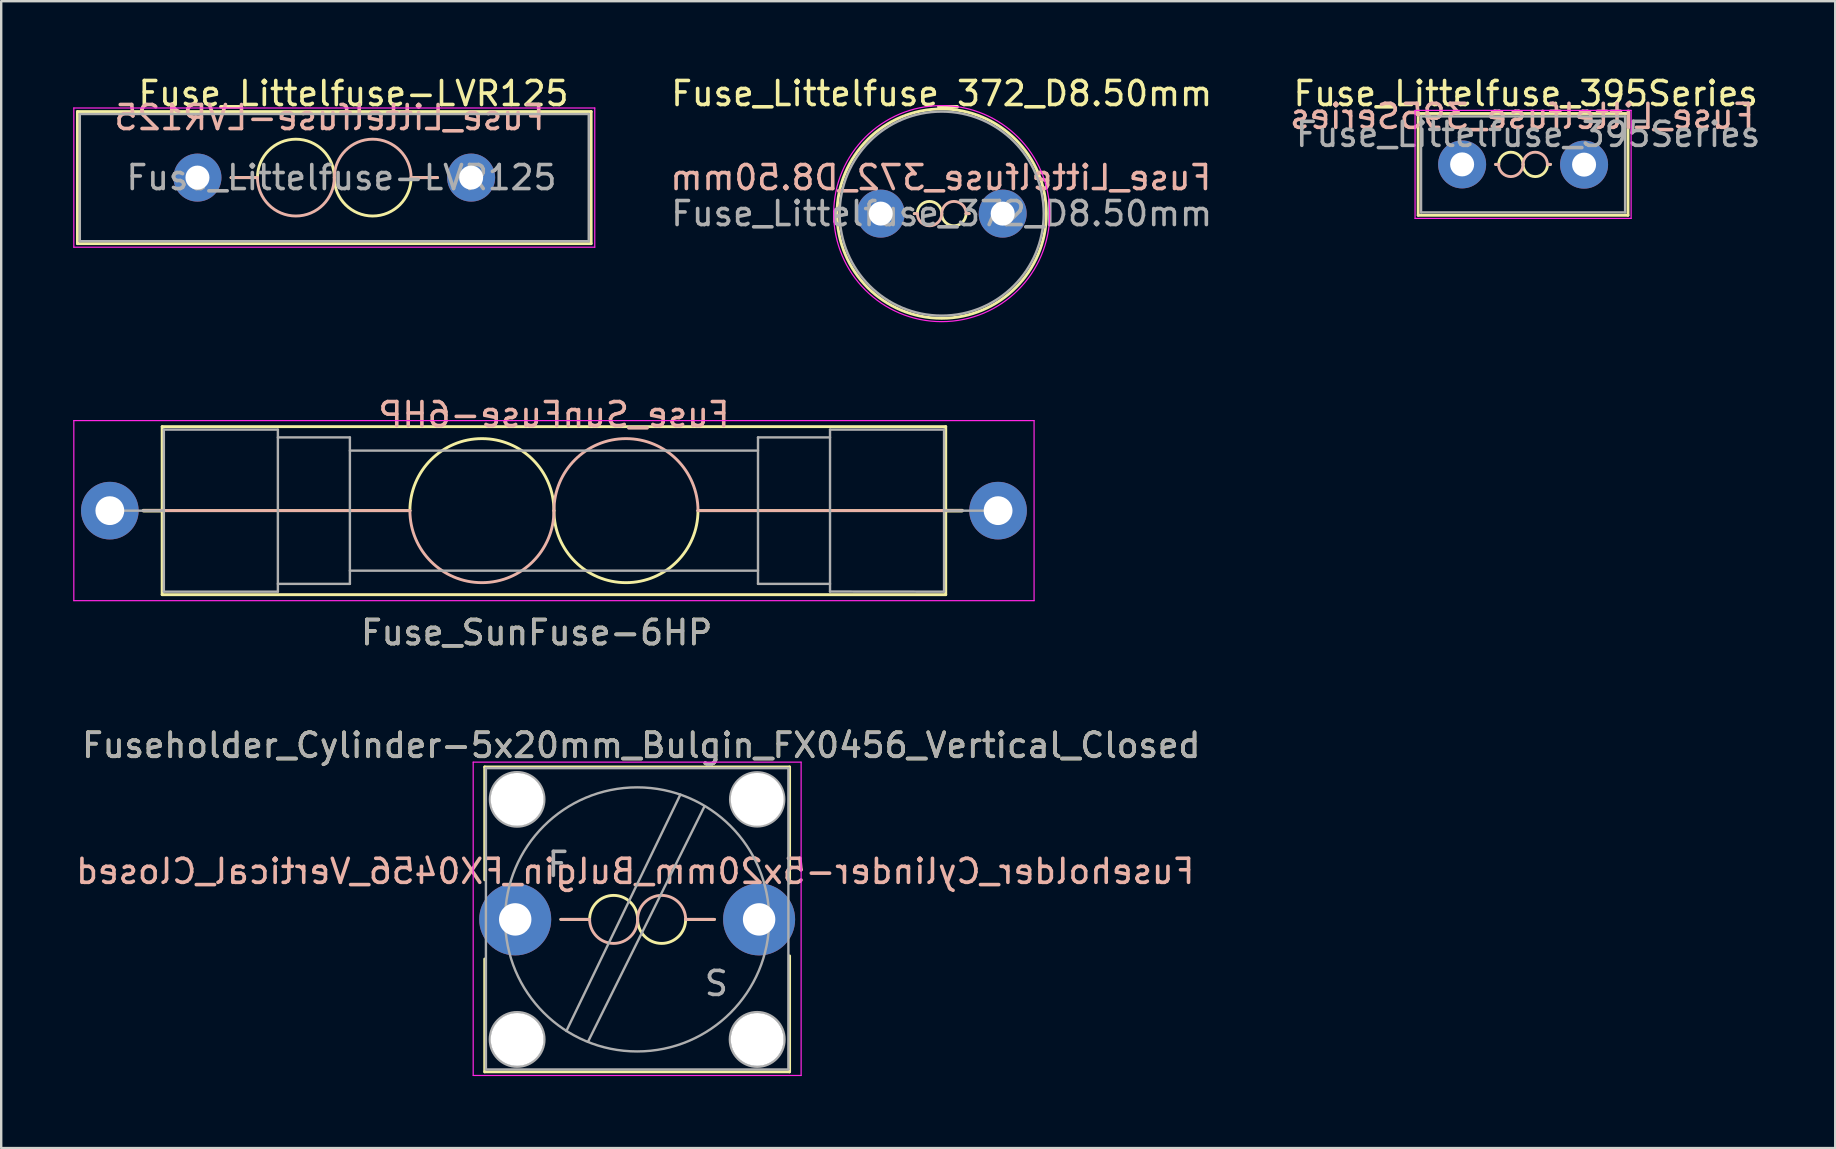
<source format=kicad_pcb>
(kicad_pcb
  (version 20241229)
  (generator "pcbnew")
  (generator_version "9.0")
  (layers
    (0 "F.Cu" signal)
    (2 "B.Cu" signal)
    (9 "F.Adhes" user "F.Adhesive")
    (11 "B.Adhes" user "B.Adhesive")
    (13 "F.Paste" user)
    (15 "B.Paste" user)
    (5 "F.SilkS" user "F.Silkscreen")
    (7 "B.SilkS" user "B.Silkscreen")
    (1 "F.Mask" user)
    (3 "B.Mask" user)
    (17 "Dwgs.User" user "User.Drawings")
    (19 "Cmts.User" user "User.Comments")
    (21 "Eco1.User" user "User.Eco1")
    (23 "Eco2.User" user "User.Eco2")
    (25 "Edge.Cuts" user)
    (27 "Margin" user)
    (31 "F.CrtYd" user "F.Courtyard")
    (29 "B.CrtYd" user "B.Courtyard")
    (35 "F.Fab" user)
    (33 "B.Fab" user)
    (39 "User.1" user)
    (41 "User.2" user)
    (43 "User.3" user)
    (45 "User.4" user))
  (footprint "Fuseholder_Cylinder-5x20mm_Bulgin_FX0456_Vertical_Closed"
    (layer "F.Cu")
    (at 18.411 35.248)
    (property "Reference" "Fuseholder_Cylinder-5x20mm_Bulgin_FX0456_Vertical_Closed" (at 5.25 -7.25 0) (layer "F.SilkS") (effects (font (size 1 1) (thickness 0.15))))
    (fp_line (start -1.27 -6.35) (end -1.27 -1.65) (stroke (width 0.12) (type solid)) (layer "F.SilkS"))
    (fp_line (start -1.27 6.35) (end -1.27 1.65) (stroke (width 0.12) (type solid)) (layer "F.SilkS"))
    (fp_line (start -1.27 6.35) (end 11.43 6.35) (stroke (width 0.12) (type solid)) (layer "F.SilkS"))
    (fp_line (start 3.1 0) (end 1.9 0) (stroke (width 0.12) (type solid)) (layer "F.SilkS"))
    (fp_line (start 8.3 0) (end 7.1 0) (stroke (width 0.12) (type solid)) (layer "F.SilkS"))
    (fp_line (start 11.43 -6.35) (end -1.27 -6.35) (stroke (width 0.12) (type solid)) (layer "F.SilkS"))
    (fp_line (start 11.43 -6.35) (end 11.43 -1.52) (stroke (width 0.12) (type solid)) (layer "F.SilkS"))
    (fp_line (start 11.43 -1.52) (end 11.43 -1.65) (stroke (width 0.12) (type solid)) (layer "F.SilkS"))
    (fp_line (start 11.43 6.35) (end 11.43 1.52) (stroke (width 0.12) (type solid)) (layer "F.SilkS"))
    (fp_arc (start 3.1 0) (mid 4.1 -1) (end 5.1 0) (stroke (width 0.12) (type solid)) (layer "F.SilkS"))
    (fp_arc (start 7.1 0) (mid 6.1 1) (end 5.1 0) (stroke (width 0.12) (type solid)) (layer "F.SilkS"))
    (fp_line (start 3.1 0) (end 1.9 0) (stroke (width 0.12) (type solid)) (layer "B.SilkS"))
    (fp_line (start 8.3 0) (end 7.1 0) (stroke (width 0.12) (type solid)) (layer "B.SilkS"))
    (fp_arc (start 5.1 0) (mid 4.1 1) (end 3.1 0) (stroke (width 0.12) (type solid)) (layer "B.SilkS"))
    (fp_arc (start 5.1 0) (mid 6.1 -1) (end 7.1 0) (stroke (width 0.12) (type solid)) (layer "B.SilkS"))
    (fp_line (start -1.75 -6.55) (end -1.75 6.5) (stroke (width 0.05) (type solid)) (layer "F.CrtYd"))
    (fp_line (start -1.75 -6.55) (end 11.91 -6.55) (stroke (width 0.05) (type solid)) (layer "F.CrtYd"))
    (fp_line (start 11.91 6.5) (end -1.75 6.5) (stroke (width 0.05) (type solid)) (layer "F.CrtYd"))
    (fp_line (start 11.91 6.5) (end 11.91 -6.55) (stroke (width 0.05) (type solid)) (layer "F.CrtYd"))
    (fp_line (start -1.22 -6.3) (end -1.22 6.25) (stroke (width 0.1) (type solid)) (layer "F.Fab"))
    (fp_line (start -1.22 6.25) (end 11.38 6.25) (stroke (width 0.1) (type solid)) (layer "F.Fab"))
    (fp_line (start 3.03 5.1) (end 7.88 -4.7) (stroke (width 0.1) (type solid)) (layer "F.Fab"))
    (fp_line (start 6.88 -5.2) (end 2.13 4.65) (stroke (width 0.1) (type solid)) (layer "F.Fab"))
    (fp_line (start 11.38 -6.3) (end -1.22 -6.3) (stroke (width 0.1) (type solid)) (layer "F.Fab"))
    (fp_line (start 11.38 6.25) (end 11.38 -6.3) (stroke (width 0.1) (type solid)) (layer "F.Fab"))
    (fp_circle (center 0.08 -5) (end 0.48 -3.94) (stroke (width 0.1) (type solid)) (fill no) (layer "F.Fab"))
    (fp_circle (center 0.08 5) (end 0.58 6.02) (stroke (width 0.1) (type solid)) (fill no) (layer "F.Fab"))
    (fp_circle (center 5.08 0) (end 5.13 5.5) (stroke (width 0.1) (type solid)) (fill no) (layer "F.Fab"))
    (fp_circle (center 10.08 -5) (end 10.46 -3.94) (stroke (width 0.1) (type solid)) (fill no) (layer "F.Fab"))
    (fp_circle (center 10.08 5) (end 10.64 5.99) (stroke (width 0.1) (type solid)) (fill no) (layer "F.Fab"))
    (fp_text user "${REFERENCE}" (at 5 -2 0) (layer "B.SilkS") (effects (font (size 1 1) (thickness 0.15)) (justify mirror)))
    (fp_text user "${REFERENCE}" (at 5.25 -7.25 0) (layer "F.Fab") (effects (font (size 1 1) (thickness 0.15))))
    (fp_text user "F" (at 1.78 -2.29 0) (layer "F.Fab") (effects (font (size 1 1) (thickness 0.15))))
    (fp_text user "S" (at 8.38 2.67 0) (layer "F.Fab") (effects (font (size 1 1) (thickness 0.15))))
    (pad "" np_thru_hole circle (at 0.08 -5) (size 2.2 2.2) (drill 2.2) (layers "*.Cu" "*.Mask"))
    (pad "" np_thru_hole circle (at 0.08 5) (size 2.2 2.2) (drill 2.2) (layers "*.Cu" "*.Mask"))
    (pad "" np_thru_hole circle (at 10.08 -5) (size 2.2 2.2) (drill 2.2) (layers "*.Cu" "*.Mask"))
    (pad "" np_thru_hole circle (at 10.08 5) (size 2.2 2.2) (drill 2.2) (layers "*.Cu" "*.Mask"))
    (pad "1" thru_hole circle (at 0 0) (size 3 3) (drill 1.35) (layers "*.Cu" "*.Mask"))
    (pad "2" thru_hole circle (at 10.16 0) (size 3 3) (drill 1.35) (layers "*.Cu" "*.Mask")))
  (footprint "Fuse_SunFuse-6HP"
    (layer "F.Cu")
    (at 1.525 18.221)
    (property "Reference" "Fuse_SunFuse-6HP" (at 17.78 5.08 0) (layer "F.SilkS") (effects (font (size 1 1) (thickness 0.15))))
    (fp_line (start 1.4 0) (end 2.18 0) (stroke (width 0.15) (type solid)) (layer "F.SilkS"))
    (fp_line (start 2.18 -3.5) (end 2.18 3.5) (stroke (width 0.12) (type solid)) (layer "F.SilkS"))
    (fp_line (start 2.18 -3.5) (end 34.82 -3.5) (stroke (width 0.12) (type solid)) (layer "F.SilkS"))
    (fp_line (start 2.18 3.5) (end 34.82 3.5) (stroke (width 0.12) (type solid)) (layer "F.SilkS"))
    (fp_line (start 12.5 0) (end 2.18 0) (stroke (width 0.12) (type solid)) (layer "F.SilkS"))
    (fp_line (start 24.5 0) (end 34.82 0) (stroke (width 0.12) (type solid)) (layer "F.SilkS"))
    (fp_line (start 34.82 0) (end 35.5 0) (stroke (width 0.15) (type solid)) (layer "F.SilkS"))
    (fp_line (start 34.82 3.5) (end 34.82 -3.5) (stroke (width 0.12) (type solid)) (layer "F.SilkS"))
    (fp_arc (start 12.5 0) (mid 15.5 -3) (end 18.5 0) (stroke (width 0.12) (type solid)) (layer "F.SilkS"))
    (fp_arc (start 24.5 0) (mid 21.5 3) (end 18.5 0) (stroke (width 0.12) (type solid)) (layer "F.SilkS"))
    (fp_line (start 12.5 0) (end 1.4 0) (stroke (width 0.12) (type solid)) (layer "B.SilkS"))
    (fp_line (start 24.5 0) (end 35.5 0) (stroke (width 0.12) (type solid)) (layer "B.SilkS"))
    (fp_arc (start 18.5 0) (mid 15.5 3) (end 12.5 0) (stroke (width 0.12) (type solid)) (layer "B.SilkS"))
    (fp_arc (start 18.5 0) (mid 21.5 -3) (end 24.5 0) (stroke (width 0.12) (type solid)) (layer "B.SilkS"))
    (fp_line (start -1.5 -3.75) (end -1.5 3.75) (stroke (width 0.05) (type solid)) (layer "F.CrtYd"))
    (fp_line (start -1.5 -3.75) (end 38.5 -3.75) (stroke (width 0.05) (type solid)) (layer "F.CrtYd"))
    (fp_line (start -1.5 3.75) (end 38.5 3.75) (stroke (width 0.05) (type solid)) (layer "F.CrtYd"))
    (fp_line (start 38.5 3.75) (end 38.5 -3.75) (stroke (width 0.05) (type solid)) (layer "F.CrtYd"))
    (fp_line (start 0 0) (end 2.25 0) (stroke (width 0.1) (type solid)) (layer "F.Fab"))
    (fp_line (start 2.25 -3.375) (end 2.25 3.375) (stroke (width 0.1) (type solid)) (layer "F.Fab"))
    (fp_line (start 2.25 -3.375) (end 7 -3.375) (stroke (width 0.1) (type solid)) (layer "F.Fab"))
    (fp_line (start 2.25 3.375) (end 7 3.375) (stroke (width 0.1) (type solid)) (layer "F.Fab"))
    (fp_line (start 7 -3.375) (end 7 3.375) (stroke (width 0.1) (type solid)) (layer "F.Fab"))
    (fp_line (start 7 -3.05) (end 10 -3.05) (stroke (width 0.1) (type solid)) (layer "F.Fab"))
    (fp_line (start 7 3.05) (end 10 3.05) (stroke (width 0.1) (type solid)) (layer "F.Fab"))
    (fp_line (start 10 -2.5) (end 27 -2.5) (stroke (width 0.1) (type solid)) (layer "F.Fab"))
    (fp_line (start 10 2.5) (end 27 2.5) (stroke (width 0.1) (type solid)) (layer "F.Fab"))
    (fp_line (start 10 3.05) (end 10 -3.05) (stroke (width 0.1) (type solid)) (layer "F.Fab"))
    (fp_line (start 27 -3.05) (end 30 -3.05) (stroke (width 0.1) (type solid)) (layer "F.Fab"))
    (fp_line (start 27 3.05) (end 27 -3.05) (stroke (width 0.1) (type solid)) (layer "F.Fab"))
    (fp_line (start 27 3.05) (end 30 3.05) (stroke (width 0.1) (type solid)) (layer "F.Fab"))
    (fp_line (start 30 -3.375) (end 30 3.375) (stroke (width 0.1) (type solid)) (layer "F.Fab"))
    (fp_line (start 30 -3.375) (end 34.75 -3.375) (stroke (width 0.1) (type solid)) (layer "F.Fab"))
    (fp_line (start 30 3.37) (end 34.75 3.375) (stroke (width 0.1) (type solid)) (layer "F.Fab"))
    (fp_line (start 34.75 -3.375) (end 34.75 3.375) (stroke (width 0.1) (type solid)) (layer "F.Fab"))
    (fp_line (start 34.75 0) (end 37 0) (stroke (width 0.1) (type solid)) (layer "F.Fab"))
    (fp_text user "${REFERENCE}" (at 18.5 -4 0) (layer "B.SilkS") (effects (font (size 1 1) (thickness 0.15)) (justify mirror)))
    (fp_text user "${REFERENCE}" (at 17.78 5.08 0) (layer "F.Fab") (effects (font (size 1 1) (thickness 0.15))))
    (pad "1" thru_hole circle (at 0 0) (size 2.4 2.4) (drill 1.2) (layers "*.Cu" "*.Mask"))
    (pad "2" thru_hole circle (at 37 0) (size 2.4 2.4) (drill 1.2) (layers "*.Cu" "*.Mask")))
  (footprint "Fuse_Littelfuse_395Series"
    (layer "F.Cu")
    (at 57.855 3.798)
    (property "Reference" "Fuse_Littelfuse_395Series" (at 2.65 -2.95 0) (layer "F.SilkS") (effects (font (size 1 1) (thickness 0.15))))
    (fp_line (start -1.83 -2.12) (end -1.83 2.12) (stroke (width 0.12) (type solid)) (layer "F.SilkS"))
    (fp_line (start -1.83 -2.12) (end 6.91 -2.12) (stroke (width 0.12) (type solid)) (layer "F.SilkS"))
    (fp_line (start 1.524 0) (end 1.397 0) (stroke (width 0.12) (type solid)) (layer "F.SilkS"))
    (fp_line (start 3.556 0) (end 3.683 0) (stroke (width 0.12) (type solid)) (layer "F.SilkS"))
    (fp_line (start 6.91 2.12) (end -1.83 2.12) (stroke (width 0.12) (type solid)) (layer "F.SilkS"))
    (fp_line (start 6.91 2.12) (end 6.91 -2.12) (stroke (width 0.12) (type solid)) (layer "F.SilkS"))
    (fp_arc (start 1.524 0) (mid 2.032 -0.508) (end 2.54 0) (stroke (width 0.12) (type solid)) (layer "F.SilkS"))
    (fp_arc (start 3.556 0) (mid 3.048 0.508) (end 2.54 0) (stroke (width 0.12) (type solid)) (layer "F.SilkS"))
    (fp_line (start 1.52 0) (end 1.393 0) (stroke (width 0.12) (type solid)) (layer "B.SilkS"))
    (fp_line (start 3.552 0) (end 3.679 0) (stroke (width 0.12) (type solid)) (layer "B.SilkS"))
    (fp_arc (start 2.536 0) (mid 2.028 0.508) (end 1.52 0) (stroke (width 0.12) (type solid)) (layer "B.SilkS"))
    (fp_arc (start 2.536 0) (mid 3.044 -0.508) (end 3.552 0) (stroke (width 0.12) (type solid)) (layer "B.SilkS"))
    (fp_line (start -1.96 -2.25) (end -1.96 2.25) (stroke (width 0.05) (type solid)) (layer "F.CrtYd"))
    (fp_line (start -1.96 -2.25) (end 7.04 -2.25) (stroke (width 0.05) (type solid)) (layer "F.CrtYd"))
    (fp_line (start 7.04 2.25) (end -1.96 2.25) (stroke (width 0.05) (type solid)) (layer "F.CrtYd"))
    (fp_line (start 7.04 2.25) (end 7.04 -2.25) (stroke (width 0.05) (type solid)) (layer "F.CrtYd"))
    (fp_line (start -1.71 -2) (end -1.71 2) (stroke (width 0.1) (type solid)) (layer "F.Fab"))
    (fp_line (start -1.71 2) (end 6.79 2) (stroke (width 0.1) (type solid)) (layer "F.Fab"))
    (fp_line (start 6.79 -2) (end -1.71 -2) (stroke (width 0.1) (type solid)) (layer "F.Fab"))
    (fp_line (start 6.79 2) (end 6.79 -2) (stroke (width 0.1) (type solid)) (layer "F.Fab"))
    (fp_text user "${REFERENCE}" (at 2.5 -2 0) (layer "B.SilkS") (effects (font (size 1 1) (thickness 0.15)) (justify mirror)))
    (fp_text user "${REFERENCE}" (at 2.75 -1.25 0) (layer "F.Fab") (effects (font (size 1 1) (thickness 0.15))))
    (pad "1" thru_hole circle (at 0 0) (size 2 2) (drill 1) (layers "*.Cu" "*.Mask"))
    (pad "2" thru_hole circle (at 5.08 0.01) (size 2 2) (drill 1) (layers "*.Cu" "*.Mask")))
  (footprint "Fuse_Littelfuse_372_D8.50mm"
    (layer "F.Cu")
    (at 33.637 5.848)
    (property "Reference" "Fuse_Littelfuse_372_D8.50mm" (at 2.54 -5 0) (layer "F.SilkS") (effects (font (size 1 1) (thickness 0.15))))
    (fp_line (start 1.524 0) (end 1.397 0) (stroke (width 0.12) (type solid)) (layer "F.SilkS"))
    (fp_line (start 3.556 0) (end 3.683 0) (stroke (width 0.12) (type solid)) (layer "F.SilkS"))
    (fp_arc (start 1.524 0) (mid 2.032 -0.508) (end 2.54 0) (stroke (width 0.12) (type solid)) (layer "F.SilkS"))
    (fp_arc (start 3.556 0) (mid 3.048 0.508) (end 2.54 0) (stroke (width 0.12) (type solid)) (layer "F.SilkS"))
    (fp_circle (center 2.54 0) (end 6.9 0) (stroke (width 0.12) (type solid)) (fill no) (layer "F.SilkS"))
    (fp_line (start 1.527 0) (end 1.4 0) (stroke (width 0.12) (type solid)) (layer "B.SilkS"))
    (fp_line (start 3.559 0) (end 3.686 0) (stroke (width 0.12) (type solid)) (layer "B.SilkS"))
    (fp_arc (start 2.543 0) (mid 2.035 0.508) (end 1.527 0) (stroke (width 0.12) (type solid)) (layer "B.SilkS"))
    (fp_arc (start 2.543 0) (mid 3.051 -0.508) (end 3.559 0) (stroke (width 0.12) (type solid)) (layer "B.SilkS"))
    (fp_circle (center 2.54 0) (end 7.04 0) (stroke (width 0.05) (type solid)) (fill no) (layer "F.CrtYd"))
    (fp_circle (center 2.54 0) (end 6.79 0) (stroke (width 0.1) (type solid)) (fill no) (layer "F.Fab"))
    (fp_text user "${REFERENCE}" (at 2.5 -1.5 0) (layer "B.SilkS") (effects (font (size 1 1) (thickness 0.15)) (justify mirror)))
    (fp_text user "${REFERENCE}" (at 2.54 0 0) (layer "F.Fab") (effects (font (size 1 1) (thickness 0.15))))
    (pad "1" thru_hole circle (at 0 0) (size 2 2) (drill 1) (layers "*.Cu" "*.Mask"))
    (pad "2" thru_hole circle (at 5.08 0) (size 2 2) (drill 1) (layers "*.Cu" "*.Mask")))
  (footprint "Fuse_Littelfuse-LVR125"
    (layer "F.Cu")
    (at 5.175 4.348)
    (property "Reference" "Fuse_Littelfuse-LVR125" (at 6.5 -3.5 0) (layer "F.SilkS") (effects (font (size 1 1) (thickness 0.15))))
    (fp_line (start -5 -2.75) (end -5 2.75) (stroke (width 0.12) (type solid)) (layer "F.SilkS"))
    (fp_line (start -5 -2.75) (end 16.4 -2.75) (stroke (width 0.12) (type solid)) (layer "F.SilkS"))
    (fp_line (start 1.4 0) (end 2.5 0) (stroke (width 0.12) (type solid)) (layer "F.SilkS"))
    (fp_line (start 8.9 0) (end 10 0) (stroke (width 0.12) (type solid)) (layer "F.SilkS"))
    (fp_line (start 16.4 2.75) (end -5 2.75) (stroke (width 0.12) (type solid)) (layer "F.SilkS"))
    (fp_line (start 16.4 2.75) (end 16.4 -2.75) (stroke (width 0.12) (type solid)) (layer "F.SilkS"))
    (fp_arc (start 2.5 0) (mid 4.1 -1.6) (end 5.7 0) (stroke (width 0.12) (type solid)) (layer "F.SilkS"))
    (fp_arc (start 8.9 0) (mid 7.3 1.6) (end 5.7 0) (stroke (width 0.12) (type solid)) (layer "F.SilkS"))
    (fp_line (start 1.4 0) (end 2.5 0) (stroke (width 0.12) (type solid)) (layer "B.SilkS"))
    (fp_line (start 8.9 0) (end 10 0) (stroke (width 0.12) (type solid)) (layer "B.SilkS"))
    (fp_arc (start 5.7 0) (mid 4.1 1.6) (end 2.5 0) (stroke (width 0.12) (type solid)) (layer "B.SilkS"))
    (fp_arc (start 5.7 0) (mid 7.3 -1.6) (end 8.9 0) (stroke (width 0.12) (type solid)) (layer "B.SilkS"))
    (fp_line (start -5.15 -2.9) (end -5.15 2.9) (stroke (width 0.05) (type solid)) (layer "F.CrtYd"))
    (fp_line (start -5.15 -2.9) (end 16.55 -2.9) (stroke (width 0.05) (type solid)) (layer "F.CrtYd"))
    (fp_line (start 16.55 2.9) (end -5.15 2.9) (stroke (width 0.05) (type solid)) (layer "F.CrtYd"))
    (fp_line (start 16.55 2.9) (end 16.55 -2.9) (stroke (width 0.05) (type solid)) (layer "F.CrtYd"))
    (fp_line (start -4.9 -2.65) (end -4.9 2.65) (stroke (width 0.1) (type solid)) (layer "F.Fab"))
    (fp_line (start -4.9 2.65) (end 16.3 2.65) (stroke (width 0.1) (type solid)) (layer "F.Fab"))
    (fp_line (start 16.3 -2.65) (end -4.9 -2.65) (stroke (width 0.1) (type solid)) (layer "F.Fab"))
    (fp_line (start 16.3 2.65) (end 16.3 -2.65) (stroke (width 0.1) (type solid)) (layer "F.Fab"))
    (fp_text user "${REFERENCE}" (at 5.5 -2.5 0) (layer "B.SilkS") (effects (font (size 1 1) (thickness 0.15)) (justify mirror)))
    (fp_text user "${REFERENCE}" (at 6 0 0) (layer "F.Fab") (effects (font (size 1 1) (thickness 0.15))))
    (pad "1" thru_hole circle (at 0 0) (size 2 2) (drill 1) (layers "*.Cu" "*.Mask"))
    (pad "2" thru_hole circle (at 11.4 0) (size 2 2) (drill 1) (layers "*.Cu" "*.Mask")))
  (gr_rect
    (start -3 -3)
    (end 73.397 44.773)
    (stroke (width 0.1) (type default))
    (fill no)
    (layer "Edge.Cuts")))
</source>
